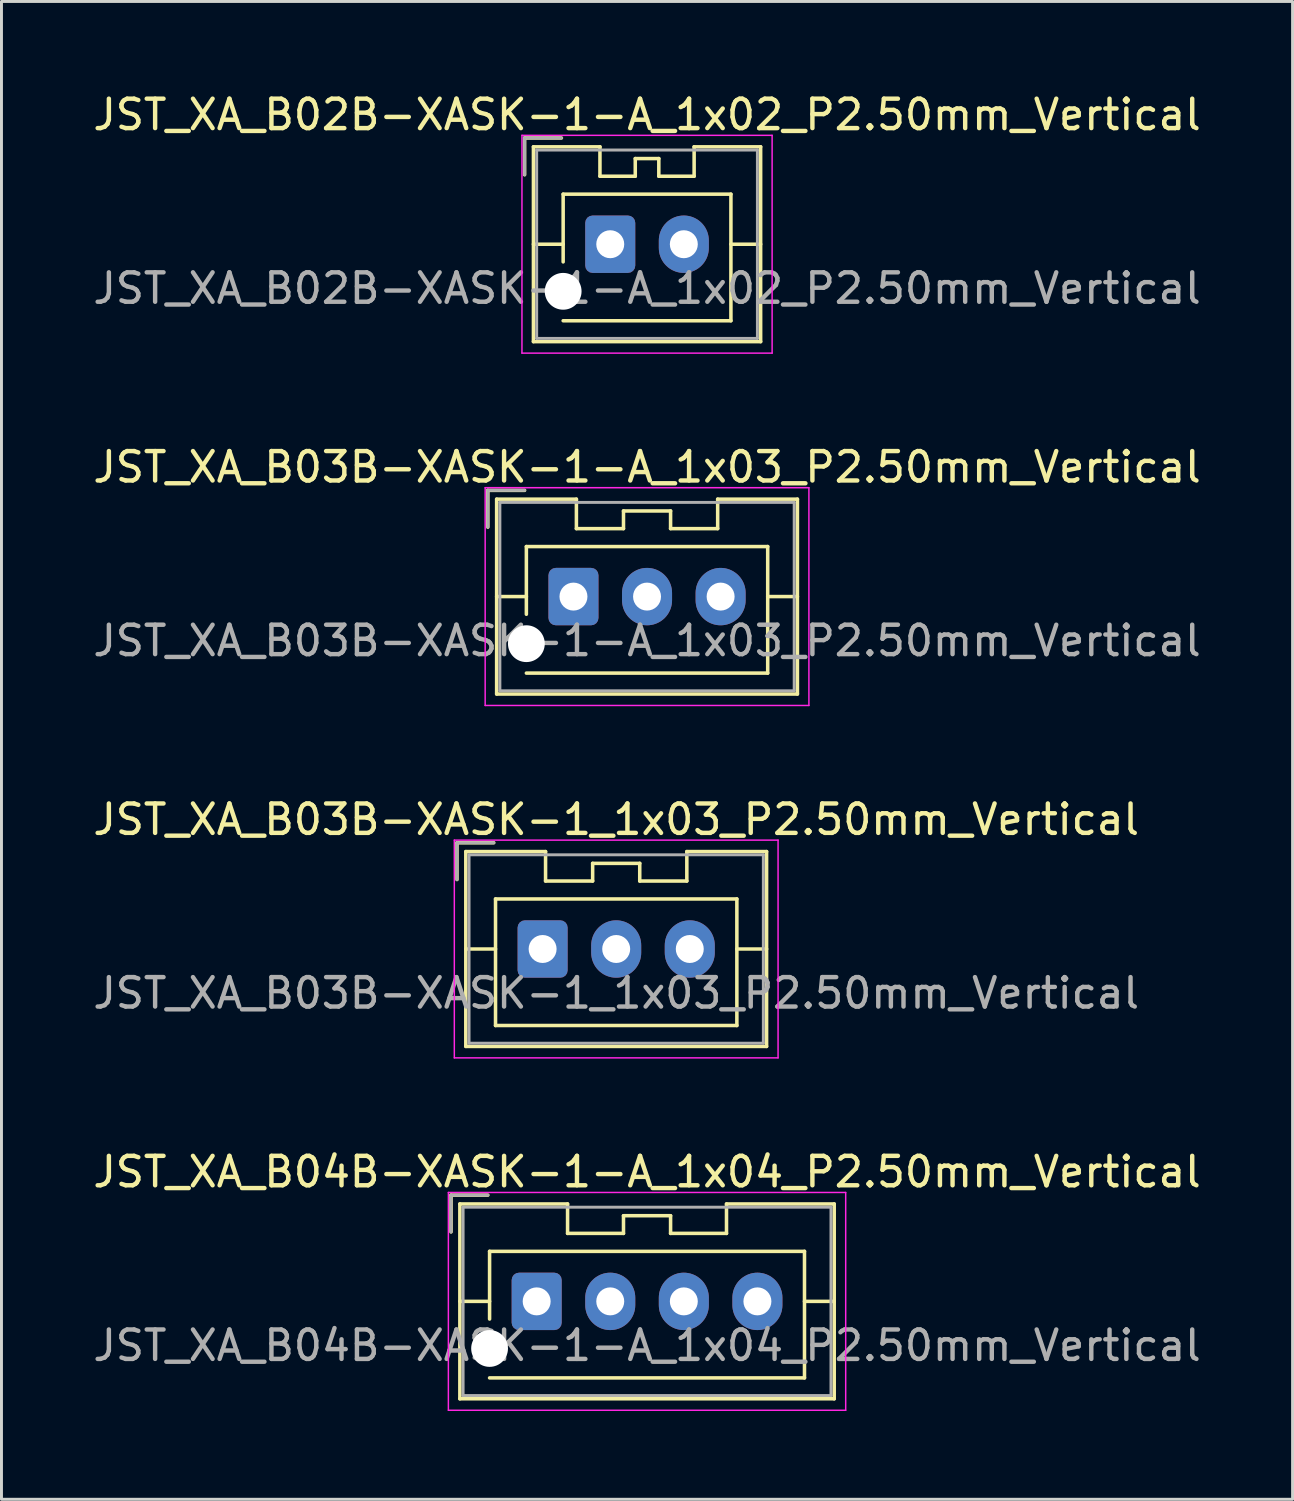
<source format=kicad_pcb>
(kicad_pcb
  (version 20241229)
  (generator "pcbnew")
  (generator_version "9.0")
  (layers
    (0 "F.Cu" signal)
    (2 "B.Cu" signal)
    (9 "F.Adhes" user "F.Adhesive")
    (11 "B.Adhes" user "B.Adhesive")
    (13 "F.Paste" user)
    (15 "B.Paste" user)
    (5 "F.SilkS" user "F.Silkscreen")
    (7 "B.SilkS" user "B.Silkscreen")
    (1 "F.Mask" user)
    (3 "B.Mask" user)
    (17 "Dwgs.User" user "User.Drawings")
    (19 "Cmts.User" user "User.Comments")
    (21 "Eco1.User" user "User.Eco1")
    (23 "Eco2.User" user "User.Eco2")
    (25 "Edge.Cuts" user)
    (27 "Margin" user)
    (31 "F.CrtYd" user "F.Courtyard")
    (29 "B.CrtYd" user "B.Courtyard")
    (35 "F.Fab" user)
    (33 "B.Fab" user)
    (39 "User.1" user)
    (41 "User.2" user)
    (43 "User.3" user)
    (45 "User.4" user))
  (footprint "JST_XA_B03B-XASK-1-A_1x03_P2.50mm_Vertical"
    (layer "F.Cu")
    (at 16.435 17.221)
    (property "Reference" "JST_XA_B03B-XASK-1-A_1x03_P2.50mm_Vertical" (at 2.5 -4.4 0) (layer "F.SilkS") (effects (font (size 1 1) (thickness 0.15))))
    (attr through_hole)
    (fp_line (start -2.91 -3.61) (end -2.91 -2.36) (stroke (width 0.12) (type solid)) (layer "F.SilkS"))
    (fp_line (start -2.61 -3.31) (end -2.61 3.31) (stroke (width 0.12) (type solid)) (layer "F.SilkS"))
    (fp_line (start -2.61 0) (end -1.6 0) (stroke (width 0.12) (type solid)) (layer "F.SilkS"))
    (fp_line (start -2.61 3.31) (end 7.61 3.31) (stroke (width 0.12) (type solid)) (layer "F.SilkS"))
    (fp_line (start -1.66 -3.61) (end -2.91 -3.61) (stroke (width 0.12) (type solid)) (layer "F.SilkS"))
    (fp_line (start -1.6 -1.7) (end 6.6 -1.7) (stroke (width 0.12) (type solid)) (layer "F.SilkS"))
    (fp_line (start -1.6 0.6) (end -1.6 -1.7) (stroke (width 0.12) (type solid)) (layer "F.SilkS"))
    (fp_line (start 0.1 -3.31) (end -2.61 -3.31) (stroke (width 0.12) (type solid)) (layer "F.SilkS"))
    (fp_line (start 0.1 -2.31) (end 0.1 -3.31) (stroke (width 0.12) (type solid)) (layer "F.SilkS"))
    (fp_line (start 1.7 -2.91) (end 1.7 -2.31) (stroke (width 0.12) (type solid)) (layer "F.SilkS"))
    (fp_line (start 1.7 -2.31) (end 0.1 -2.31) (stroke (width 0.12) (type solid)) (layer "F.SilkS"))
    (fp_line (start 3.3 -2.91) (end 1.7 -2.91) (stroke (width 0.12) (type solid)) (layer "F.SilkS"))
    (fp_line (start 3.3 -2.31) (end 3.3 -2.91) (stroke (width 0.12) (type solid)) (layer "F.SilkS"))
    (fp_line (start 4.9 -3.31) (end 4.9 -2.31) (stroke (width 0.12) (type solid)) (layer "F.SilkS"))
    (fp_line (start 4.9 -2.31) (end 3.3 -2.31) (stroke (width 0.12) (type solid)) (layer "F.SilkS"))
    (fp_line (start 6.6 -1.7) (end 6.6 2.6) (stroke (width 0.12) (type solid)) (layer "F.SilkS"))
    (fp_line (start 6.6 2.6) (end -1.6 2.6) (stroke (width 0.12) (type solid)) (layer "F.SilkS"))
    (fp_line (start 7.61 -3.31) (end 4.9 -3.31) (stroke (width 0.12) (type solid)) (layer "F.SilkS"))
    (fp_line (start 7.61 0) (end 6.6 0) (stroke (width 0.12) (type solid)) (layer "F.SilkS"))
    (fp_line (start 7.61 3.31) (end 7.61 -3.31) (stroke (width 0.12) (type solid)) (layer "F.SilkS"))
    (fp_line (start -3 -3.7) (end -3 3.7) (stroke (width 0.05) (type solid)) (layer "F.CrtYd"))
    (fp_line (start -3 3.7) (end 8 3.7) (stroke (width 0.05) (type solid)) (layer "F.CrtYd"))
    (fp_line (start 8 -3.7) (end -3 -3.7) (stroke (width 0.05) (type solid)) (layer "F.CrtYd"))
    (fp_line (start 8 3.7) (end 8 -3.7) (stroke (width 0.05) (type solid)) (layer "F.CrtYd"))
    (fp_line (start -2.91 -3.61) (end -2.91 -2.36) (stroke (width 0.1) (type solid)) (layer "F.Fab"))
    (fp_line (start -2.5 -3.2) (end -2.5 3.2) (stroke (width 0.1) (type solid)) (layer "F.Fab"))
    (fp_line (start -2.5 3.2) (end 7.5 3.2) (stroke (width 0.1) (type solid)) (layer "F.Fab"))
    (fp_line (start -1.66 -3.61) (end -2.91 -3.61) (stroke (width 0.1) (type solid)) (layer "F.Fab"))
    (fp_line (start 7.5 -3.2) (end -2.5 -3.2) (stroke (width 0.1) (type solid)) (layer "F.Fab"))
    (fp_line (start 7.5 3.2) (end 7.5 -3.2) (stroke (width 0.1) (type solid)) (layer "F.Fab"))
    (fp_text user "${REFERENCE}" (at 2.5 1.5 0) (layer "F.Fab") (effects (font (size 1 1) (thickness 0.15))))
    (pad "" np_thru_hole circle (at -1.6 1.6) (size 1.25 1.25) (drill 1.25) (layers "*.Cu" "*.Mask"))
    (pad "1" thru_hole roundrect (at 0 0) (size 1.7 1.95) (drill 0.95) (layers "*.Cu" "*.Mask") (roundrect_rratio 0.147))
    (pad "2" thru_hole oval (at 2.5 0) (size 1.7 1.95) (drill 0.95) (layers "*.Cu" "*.Mask"))
    (pad "3" thru_hole oval (at 5 0) (size 1.7 1.95) (drill 0.95) (layers "*.Cu" "*.Mask")))
  (footprint "JST_XA_B02B-XASK-1-A_1x02_P2.50mm_Vertical"
    (layer "F.Cu")
    (at 17.685 5.248)
    (property "Reference" "JST_XA_B02B-XASK-1-A_1x02_P2.50mm_Vertical" (at 1.25 -4.4 0) (layer "F.SilkS") (effects (font (size 1 1) (thickness 0.15))))
    (attr through_hole)
    (fp_line (start -2.91 -3.61) (end -2.91 -2.36) (stroke (width 0.12) (type solid)) (layer "F.SilkS"))
    (fp_line (start -2.61 -3.31) (end -2.61 3.31) (stroke (width 0.12) (type solid)) (layer "F.SilkS"))
    (fp_line (start -2.61 0) (end -1.6 0) (stroke (width 0.12) (type solid)) (layer "F.SilkS"))
    (fp_line (start -2.61 3.31) (end 5.11 3.31) (stroke (width 0.12) (type solid)) (layer "F.SilkS"))
    (fp_line (start -1.66 -3.61) (end -2.91 -3.61) (stroke (width 0.12) (type solid)) (layer "F.SilkS"))
    (fp_line (start -1.6 -1.7) (end 4.1 -1.7) (stroke (width 0.12) (type solid)) (layer "F.SilkS"))
    (fp_line (start -1.6 0.6) (end -1.6 -1.7) (stroke (width 0.12) (type solid)) (layer "F.SilkS"))
    (fp_line (start -0.35 -3.31) (end -2.61 -3.31) (stroke (width 0.12) (type solid)) (layer "F.SilkS"))
    (fp_line (start -0.35 -2.31) (end -0.35 -3.31) (stroke (width 0.12) (type solid)) (layer "F.SilkS"))
    (fp_line (start 0.85 -2.91) (end 0.85 -2.31) (stroke (width 0.12) (type solid)) (layer "F.SilkS"))
    (fp_line (start 0.85 -2.31) (end -0.35 -2.31) (stroke (width 0.12) (type solid)) (layer "F.SilkS"))
    (fp_line (start 1.65 -2.91) (end 0.85 -2.91) (stroke (width 0.12) (type solid)) (layer "F.SilkS"))
    (fp_line (start 1.65 -2.31) (end 1.65 -2.91) (stroke (width 0.12) (type solid)) (layer "F.SilkS"))
    (fp_line (start 2.85 -3.31) (end 2.85 -2.31) (stroke (width 0.12) (type solid)) (layer "F.SilkS"))
    (fp_line (start 2.85 -2.31) (end 1.65 -2.31) (stroke (width 0.12) (type solid)) (layer "F.SilkS"))
    (fp_line (start 4.1 -1.7) (end 4.1 2.6) (stroke (width 0.12) (type solid)) (layer "F.SilkS"))
    (fp_line (start 4.1 2.6) (end -1.6 2.6) (stroke (width 0.12) (type solid)) (layer "F.SilkS"))
    (fp_line (start 5.11 -3.31) (end 2.85 -3.31) (stroke (width 0.12) (type solid)) (layer "F.SilkS"))
    (fp_line (start 5.11 0) (end 4.1 0) (stroke (width 0.12) (type solid)) (layer "F.SilkS"))
    (fp_line (start 5.11 3.31) (end 5.11 -3.31) (stroke (width 0.12) (type solid)) (layer "F.SilkS"))
    (fp_line (start -3 -3.7) (end -3 3.7) (stroke (width 0.05) (type solid)) (layer "F.CrtYd"))
    (fp_line (start -3 3.7) (end 5.5 3.7) (stroke (width 0.05) (type solid)) (layer "F.CrtYd"))
    (fp_line (start 5.5 -3.7) (end -3 -3.7) (stroke (width 0.05) (type solid)) (layer "F.CrtYd"))
    (fp_line (start 5.5 3.7) (end 5.5 -3.7) (stroke (width 0.05) (type solid)) (layer "F.CrtYd"))
    (fp_line (start -2.91 -3.61) (end -2.91 -2.36) (stroke (width 0.1) (type solid)) (layer "F.Fab"))
    (fp_line (start -2.5 -3.2) (end -2.5 3.2) (stroke (width 0.1) (type solid)) (layer "F.Fab"))
    (fp_line (start -2.5 3.2) (end 5 3.2) (stroke (width 0.1) (type solid)) (layer "F.Fab"))
    (fp_line (start -1.66 -3.61) (end -2.91 -3.61) (stroke (width 0.1) (type solid)) (layer "F.Fab"))
    (fp_line (start 5 -3.2) (end -2.5 -3.2) (stroke (width 0.1) (type solid)) (layer "F.Fab"))
    (fp_line (start 5 3.2) (end 5 -3.2) (stroke (width 0.1) (type solid)) (layer "F.Fab"))
    (fp_text user "${REFERENCE}" (at 1.25 1.5 0) (layer "F.Fab") (effects (font (size 1 1) (thickness 0.15))))
    (pad "" np_thru_hole circle (at -1.6 1.6) (size 1.25 1.25) (drill 1.25) (layers "*.Cu" "*.Mask"))
    (pad "1" thru_hole roundrect (at 0 0) (size 1.7 1.95) (drill 0.95) (layers "*.Cu" "*.Mask") (roundrect_rratio 0.147))
    (pad "2" thru_hole oval (at 2.5 0) (size 1.7 1.95) (drill 0.95) (layers "*.Cu" "*.Mask")))
  (footprint "JST_XA_B04B-XASK-1-A_1x04_P2.50mm_Vertical"
    (layer "F.Cu")
    (at 15.185 41.168)
    (property "Reference" "JST_XA_B04B-XASK-1-A_1x04_P2.50mm_Vertical" (at 3.75 -4.4 0) (layer "F.SilkS") (effects (font (size 1 1) (thickness 0.15))))
    (attr through_hole)
    (fp_line (start -2.91 -3.61) (end -2.91 -2.36) (stroke (width 0.12) (type solid)) (layer "F.SilkS"))
    (fp_line (start -2.61 -3.31) (end -2.61 3.31) (stroke (width 0.12) (type solid)) (layer "F.SilkS"))
    (fp_line (start -2.61 0) (end -1.6 0) (stroke (width 0.12) (type solid)) (layer "F.SilkS"))
    (fp_line (start -2.61 3.31) (end 10.11 3.31) (stroke (width 0.12) (type solid)) (layer "F.SilkS"))
    (fp_line (start -1.66 -3.61) (end -2.91 -3.61) (stroke (width 0.12) (type solid)) (layer "F.SilkS"))
    (fp_line (start -1.6 -1.7) (end 9.1 -1.7) (stroke (width 0.12) (type solid)) (layer "F.SilkS"))
    (fp_line (start -1.6 0.6) (end -1.6 -1.7) (stroke (width 0.12) (type solid)) (layer "F.SilkS"))
    (fp_line (start 1.05 -3.31) (end -2.61 -3.31) (stroke (width 0.12) (type solid)) (layer "F.SilkS"))
    (fp_line (start 1.05 -2.31) (end 1.05 -3.31) (stroke (width 0.12) (type solid)) (layer "F.SilkS"))
    (fp_line (start 2.95 -2.91) (end 2.95 -2.31) (stroke (width 0.12) (type solid)) (layer "F.SilkS"))
    (fp_line (start 2.95 -2.31) (end 1.05 -2.31) (stroke (width 0.12) (type solid)) (layer "F.SilkS"))
    (fp_line (start 4.55 -2.91) (end 2.95 -2.91) (stroke (width 0.12) (type solid)) (layer "F.SilkS"))
    (fp_line (start 4.55 -2.31) (end 4.55 -2.91) (stroke (width 0.12) (type solid)) (layer "F.SilkS"))
    (fp_line (start 6.45 -3.31) (end 6.45 -2.31) (stroke (width 0.12) (type solid)) (layer "F.SilkS"))
    (fp_line (start 6.45 -2.31) (end 4.55 -2.31) (stroke (width 0.12) (type solid)) (layer "F.SilkS"))
    (fp_line (start 9.1 -1.7) (end 9.1 2.6) (stroke (width 0.12) (type solid)) (layer "F.SilkS"))
    (fp_line (start 9.1 2.6) (end -1.6 2.6) (stroke (width 0.12) (type solid)) (layer "F.SilkS"))
    (fp_line (start 10.11 -3.31) (end 6.45 -3.31) (stroke (width 0.12) (type solid)) (layer "F.SilkS"))
    (fp_line (start 10.11 0) (end 9.1 0) (stroke (width 0.12) (type solid)) (layer "F.SilkS"))
    (fp_line (start 10.11 3.31) (end 10.11 -3.31) (stroke (width 0.12) (type solid)) (layer "F.SilkS"))
    (fp_line (start -3 -3.7) (end -3 3.7) (stroke (width 0.05) (type solid)) (layer "F.CrtYd"))
    (fp_line (start -3 3.7) (end 10.5 3.7) (stroke (width 0.05) (type solid)) (layer "F.CrtYd"))
    (fp_line (start 10.5 -3.7) (end -3 -3.7) (stroke (width 0.05) (type solid)) (layer "F.CrtYd"))
    (fp_line (start 10.5 3.7) (end 10.5 -3.7) (stroke (width 0.05) (type solid)) (layer "F.CrtYd"))
    (fp_line (start -2.91 -3.61) (end -2.91 -2.36) (stroke (width 0.1) (type solid)) (layer "F.Fab"))
    (fp_line (start -2.5 -3.2) (end -2.5 3.2) (stroke (width 0.1) (type solid)) (layer "F.Fab"))
    (fp_line (start -2.5 3.2) (end 10 3.2) (stroke (width 0.1) (type solid)) (layer "F.Fab"))
    (fp_line (start -1.66 -3.61) (end -2.91 -3.61) (stroke (width 0.1) (type solid)) (layer "F.Fab"))
    (fp_line (start 10 -3.2) (end -2.5 -3.2) (stroke (width 0.1) (type solid)) (layer "F.Fab"))
    (fp_line (start 10 3.2) (end 10 -3.2) (stroke (width 0.1) (type solid)) (layer "F.Fab"))
    (fp_text user "${REFERENCE}" (at 3.75 1.5 0) (layer "F.Fab") (effects (font (size 1 1) (thickness 0.15))))
    (pad "" np_thru_hole circle (at -1.6 1.6) (size 1.25 1.25) (drill 1.25) (layers "*.Cu" "*.Mask"))
    (pad "1" thru_hole roundrect (at 0 0) (size 1.7 1.95) (drill 0.95) (layers "*.Cu" "*.Mask") (roundrect_rratio 0.147))
    (pad "2" thru_hole oval (at 2.5 0) (size 1.7 1.95) (drill 0.95) (layers "*.Cu" "*.Mask"))
    (pad "3" thru_hole oval (at 5 0) (size 1.7 1.95) (drill 0.95) (layers "*.Cu" "*.Mask"))
    (pad "4" thru_hole oval (at 7.5 0) (size 1.7 1.95) (drill 0.95) (layers "*.Cu" "*.Mask")))
  (footprint "JST_XA_B03B-XASK-1_1x03_P2.50mm_Vertical"
    (layer "F.Cu")
    (at 15.387 29.195)
    (property "Reference" "JST_XA_B03B-XASK-1_1x03_P2.50mm_Vertical" (at 2.5 -4.4 0) (layer "F.SilkS") (effects (font (size 1 1) (thickness 0.15))))
    (attr through_hole)
    (fp_line (start -2.91 -3.61) (end -2.91 -2.36) (stroke (width 0.12) (type solid)) (layer "F.SilkS"))
    (fp_line (start -2.61 -3.31) (end -2.61 3.31) (stroke (width 0.12) (type solid)) (layer "F.SilkS"))
    (fp_line (start -2.61 0) (end -1.6 0) (stroke (width 0.12) (type solid)) (layer "F.SilkS"))
    (fp_line (start -2.61 3.31) (end 7.61 3.31) (stroke (width 0.12) (type solid)) (layer "F.SilkS"))
    (fp_line (start -1.66 -3.61) (end -2.91 -3.61) (stroke (width 0.12) (type solid)) (layer "F.SilkS"))
    (fp_line (start -1.6 -1.7) (end -1.6 2.6) (stroke (width 0.12) (type solid)) (layer "F.SilkS"))
    (fp_line (start -1.6 2.6) (end 6.6 2.6) (stroke (width 0.12) (type solid)) (layer "F.SilkS"))
    (fp_line (start 0.1 -3.31) (end -2.61 -3.31) (stroke (width 0.12) (type solid)) (layer "F.SilkS"))
    (fp_line (start 0.1 -2.31) (end 0.1 -3.31) (stroke (width 0.12) (type solid)) (layer "F.SilkS"))
    (fp_line (start 1.7 -2.91) (end 1.7 -2.31) (stroke (width 0.12) (type solid)) (layer "F.SilkS"))
    (fp_line (start 1.7 -2.31) (end 0.1 -2.31) (stroke (width 0.12) (type solid)) (layer "F.SilkS"))
    (fp_line (start 3.3 -2.91) (end 1.7 -2.91) (stroke (width 0.12) (type solid)) (layer "F.SilkS"))
    (fp_line (start 3.3 -2.31) (end 3.3 -2.91) (stroke (width 0.12) (type solid)) (layer "F.SilkS"))
    (fp_line (start 4.9 -3.31) (end 4.9 -2.31) (stroke (width 0.12) (type solid)) (layer "F.SilkS"))
    (fp_line (start 4.9 -2.31) (end 3.3 -2.31) (stroke (width 0.12) (type solid)) (layer "F.SilkS"))
    (fp_line (start 6.6 -1.7) (end -1.6 -1.7) (stroke (width 0.12) (type solid)) (layer "F.SilkS"))
    (fp_line (start 6.6 2.6) (end 6.6 -1.7) (stroke (width 0.12) (type solid)) (layer "F.SilkS"))
    (fp_line (start 7.61 -3.31) (end 4.9 -3.31) (stroke (width 0.12) (type solid)) (layer "F.SilkS"))
    (fp_line (start 7.61 0) (end 6.6 0) (stroke (width 0.12) (type solid)) (layer "F.SilkS"))
    (fp_line (start 7.61 3.31) (end 7.61 -3.31) (stroke (width 0.12) (type solid)) (layer "F.SilkS"))
    (fp_line (start -3 -3.7) (end -3 3.7) (stroke (width 0.05) (type solid)) (layer "F.CrtYd"))
    (fp_line (start -3 3.7) (end 8 3.7) (stroke (width 0.05) (type solid)) (layer "F.CrtYd"))
    (fp_line (start 8 -3.7) (end -3 -3.7) (stroke (width 0.05) (type solid)) (layer "F.CrtYd"))
    (fp_line (start 8 3.7) (end 8 -3.7) (stroke (width 0.05) (type solid)) (layer "F.CrtYd"))
    (fp_line (start -2.91 -3.61) (end -2.91 -2.36) (stroke (width 0.1) (type solid)) (layer "F.Fab"))
    (fp_line (start -2.5 -3.2) (end -2.5 3.2) (stroke (width 0.1) (type solid)) (layer "F.Fab"))
    (fp_line (start -2.5 3.2) (end 7.5 3.2) (stroke (width 0.1) (type solid)) (layer "F.Fab"))
    (fp_line (start -1.66 -3.61) (end -2.91 -3.61) (stroke (width 0.1) (type solid)) (layer "F.Fab"))
    (fp_line (start 7.5 -3.2) (end -2.5 -3.2) (stroke (width 0.1) (type solid)) (layer "F.Fab"))
    (fp_line (start 7.5 3.2) (end 7.5 -3.2) (stroke (width 0.1) (type solid)) (layer "F.Fab"))
    (fp_text user "${REFERENCE}" (at 2.5 1.5 0) (layer "F.Fab") (effects (font (size 1 1) (thickness 0.15))))
    (pad "1" thru_hole roundrect (at 0 0) (size 1.7 1.95) (drill 0.95) (layers "*.Cu" "*.Mask") (roundrect_rratio 0.147))
    (pad "2" thru_hole oval (at 2.5 0) (size 1.7 1.95) (drill 0.95) (layers "*.Cu" "*.Mask"))
    (pad "3" thru_hole oval (at 5 0) (size 1.7 1.95) (drill 0.95) (layers "*.Cu" "*.Mask")))
  (gr_rect
    (start -3 -3)
    (end 40.869 47.893)
    (stroke (width 0.1) (type default))
    (fill no)
    (layer "Edge.Cuts")))
</source>
